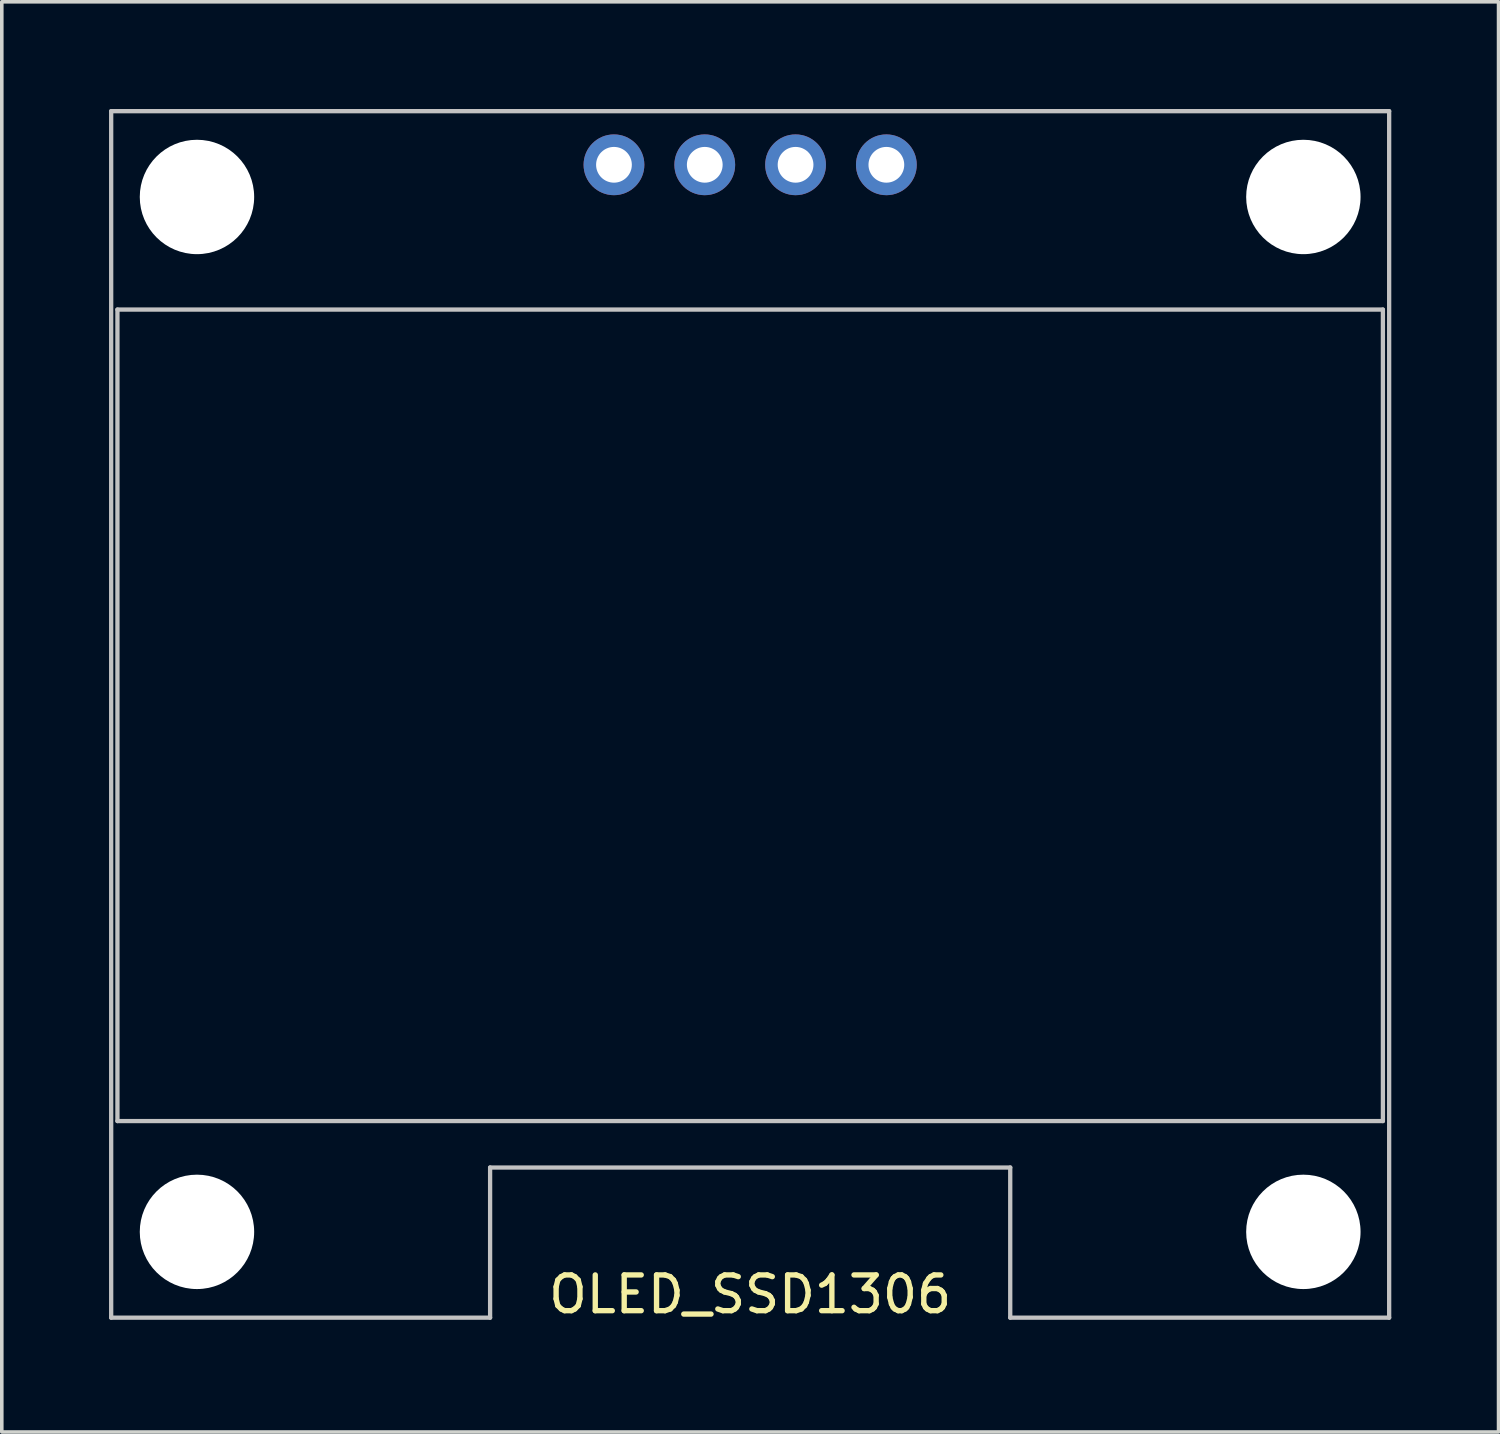
<source format=kicad_pcb>
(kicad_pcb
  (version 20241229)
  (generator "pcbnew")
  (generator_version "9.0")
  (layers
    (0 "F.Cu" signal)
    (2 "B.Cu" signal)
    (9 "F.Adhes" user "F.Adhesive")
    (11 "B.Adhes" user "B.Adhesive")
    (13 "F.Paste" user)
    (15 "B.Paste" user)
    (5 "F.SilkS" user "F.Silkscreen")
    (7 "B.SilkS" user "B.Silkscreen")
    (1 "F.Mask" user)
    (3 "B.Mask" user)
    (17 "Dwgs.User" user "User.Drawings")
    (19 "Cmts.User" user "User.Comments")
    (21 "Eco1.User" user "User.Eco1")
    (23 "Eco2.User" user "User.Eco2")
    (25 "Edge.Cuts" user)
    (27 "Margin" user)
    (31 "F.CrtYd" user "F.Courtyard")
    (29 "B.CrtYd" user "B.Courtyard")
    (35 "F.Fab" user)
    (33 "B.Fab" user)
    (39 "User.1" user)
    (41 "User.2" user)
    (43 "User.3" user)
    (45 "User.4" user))
  (footprint "OLED_SSD1306"
    (layer "F.Cu")
    (at 17.935 14.21)
    (property "Reference" "OLED_SSD1306" (at 0 18.95 0) (layer "F.SilkS") (effects (font (size 1 1) (thickness 0.15))))
    (attr through_hole)
    (fp_line (start -17.875 -14.15) (end 17.875 -14.15) (stroke (width 0.12) (type solid)) (layer "Dwgs.User"))
    (fp_line (start -17.875 19.6) (end -17.875 -14.15) (stroke (width 0.12) (type solid)) (layer "Dwgs.User"))
    (fp_line (start -17.7 -8.6) (end 17.7 -8.6) (stroke (width 0.12) (type solid)) (layer "Dwgs.User"))
    (fp_line (start -17.7 14.1) (end -17.7 -8.6) (stroke (width 0.12) (type solid)) (layer "Dwgs.User"))
    (fp_line (start -7.275 19.6) (end -17.875 19.6) (stroke (width 0.12) (type solid)) (layer "Dwgs.User"))
    (fp_line (start -7.275 19.6) (end -7.275 15.4) (stroke (width 0.12) (type solid)) (layer "Dwgs.User"))
    (fp_line (start 7.275 15.4) (end -7.275 15.4) (stroke (width 0.12) (type solid)) (layer "Dwgs.User"))
    (fp_line (start 7.275 19.6) (end 7.275 15.4) (stroke (width 0.12) (type solid)) (layer "Dwgs.User"))
    (fp_line (start 17.7 -8.6) (end 17.7 14.1) (stroke (width 0.12) (type solid)) (layer "Dwgs.User"))
    (fp_line (start 17.7 14.1) (end -17.7 14.1) (stroke (width 0.12) (type solid)) (layer "Dwgs.User"))
    (fp_line (start 17.875 -14.15) (end 17.875 19.6) (stroke (width 0.12) (type solid)) (layer "Dwgs.User"))
    (fp_line (start 17.875 19.6) (end 7.275 19.6) (stroke (width 0.12) (type solid)) (layer "Dwgs.User"))
    (pad "" np_thru_hole circle (at -15.475 -11.75) (size 3.2 3.2) (drill 3.2) (layers "*.Cu" "*.Mask"))
    (pad "" np_thru_hole circle (at -15.475 17.2) (size 3.2 3.2) (drill 3.2) (layers "*.Cu" "*.Mask"))
    (pad "" np_thru_hole circle (at 15.475 -11.75) (size 3.2 3.2) (drill 3.2) (layers "*.Cu" "*.Mask"))
    (pad "" np_thru_hole circle (at 15.475 17.2) (size 3.2 3.2) (drill 3.2) (layers "*.Cu" "*.Mask"))
    (pad "1" thru_hole circle (at -3.81 -12.65) (size 1.7 1.7) (drill 1) (layers "*.Cu" "*.Mask"))
    (pad "2" thru_hole circle (at -1.27 -12.65) (size 1.7 1.7) (drill 1) (layers "*.Cu" "*.Mask"))
    (pad "3" thru_hole circle (at 1.27 -12.65) (size 1.7 1.7) (drill 1) (layers "*.Cu" "*.Mask"))
    (pad "4" thru_hole circle (at 3.81 -12.65) (size 1.7 1.7) (drill 1) (layers "*.Cu" "*.Mask")))
  (gr_rect
    (start -3 -3)
    (end 38.87 37.008)
    (stroke (width 0.1) (type default))
    (fill no)
    (layer "Edge.Cuts")))
</source>
